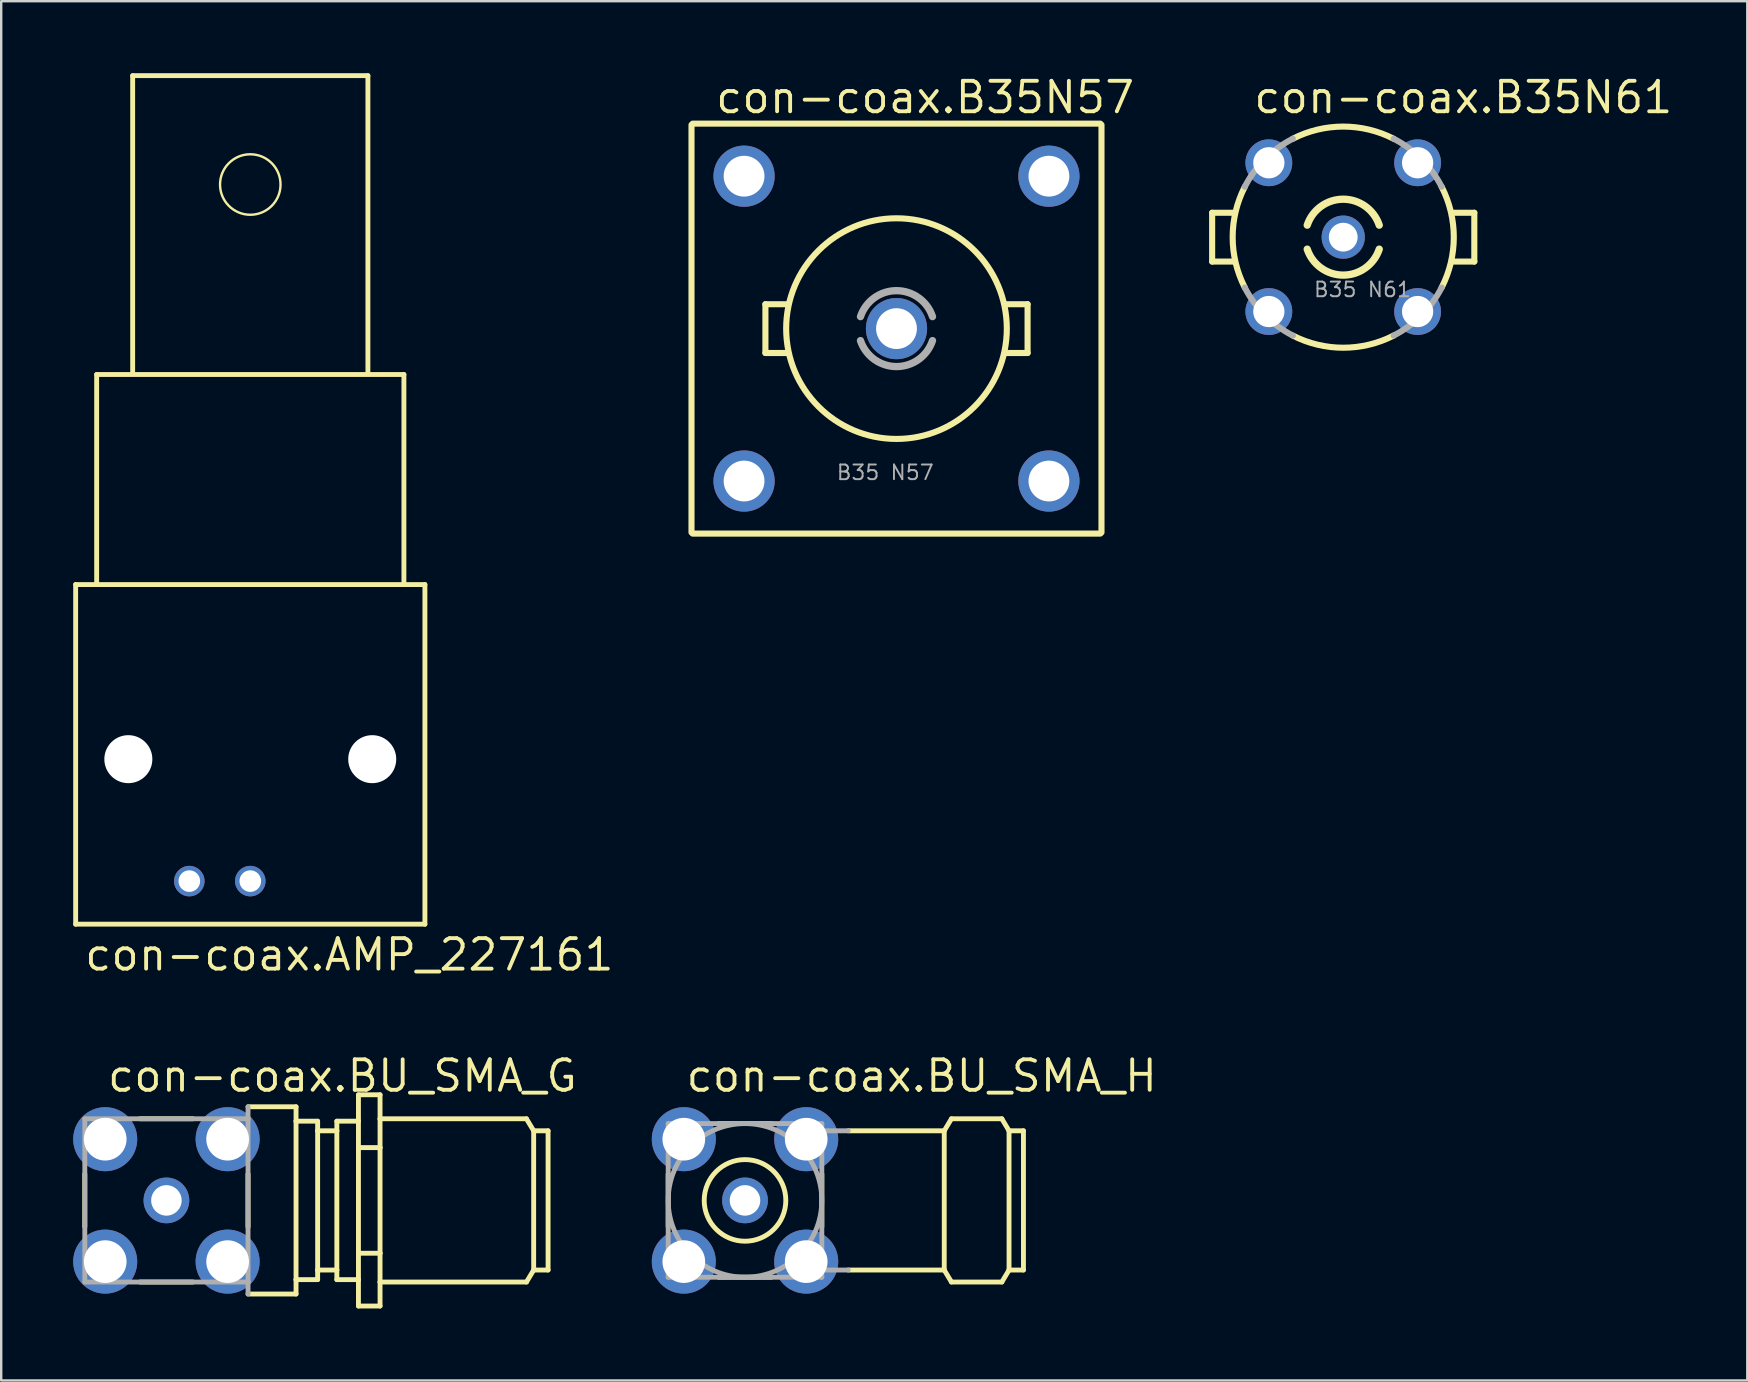
<source format=kicad_pcb>
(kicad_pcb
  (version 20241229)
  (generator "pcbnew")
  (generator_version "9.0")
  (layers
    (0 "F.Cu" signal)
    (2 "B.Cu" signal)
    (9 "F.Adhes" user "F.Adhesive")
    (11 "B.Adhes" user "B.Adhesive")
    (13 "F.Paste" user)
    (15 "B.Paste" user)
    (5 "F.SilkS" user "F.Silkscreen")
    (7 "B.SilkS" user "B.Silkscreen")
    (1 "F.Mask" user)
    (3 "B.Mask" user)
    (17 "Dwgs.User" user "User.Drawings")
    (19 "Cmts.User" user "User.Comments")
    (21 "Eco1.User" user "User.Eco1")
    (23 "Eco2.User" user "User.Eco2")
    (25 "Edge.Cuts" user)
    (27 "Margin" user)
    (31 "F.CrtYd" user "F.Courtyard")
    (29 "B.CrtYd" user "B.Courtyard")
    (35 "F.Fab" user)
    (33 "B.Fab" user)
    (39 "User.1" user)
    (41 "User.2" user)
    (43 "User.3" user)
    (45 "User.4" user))
  (footprint "con-coax.BU_SMA_G"
    (layer "F.Cu")
    (at 3.883 46.959)
    (property "Reference" "con-coax.BU_SMA_G" (at -2.54 -4.445 0) (layer "F.SilkS") (effects (font (size 1.27 1.27) (thickness 0.16)) (justify left bottom)))
    (attr through_hole)
    (fp_line (start -3.4 1.1) (end -3.4 -1.1) (stroke (width 0.203) (type default)) (layer "F.SilkS"))
    (fp_line (start -1.1 -3.4) (end 1.1 -3.4) (stroke (width 0.203) (type default)) (layer "F.SilkS"))
    (fp_line (start 1.1 3.4) (end -1.1 3.4) (stroke (width 0.203) (type default)) (layer "F.SilkS"))
    (fp_line (start 3.4 -3.9) (end 5.4 -3.9) (stroke (width 0.203) (type default)) (layer "F.SilkS"))
    (fp_line (start 3.4 -1.1) (end 3.4 1.1) (stroke (width 0.203) (type default)) (layer "F.SilkS"))
    (fp_line (start 3.4 3.9) (end 5.4 3.9) (stroke (width 0.203) (type default)) (layer "F.SilkS"))
    (fp_line (start 5.4 -3.3) (end 5.4 -3.9) (stroke (width 0.203) (type default)) (layer "F.SilkS"))
    (fp_line (start 5.4 -3.3) (end 6.3 -3.3) (stroke (width 0.203) (type default)) (layer "F.SilkS"))
    (fp_line (start 5.4 3.3) (end 5.4 -3.3) (stroke (width 0.203) (type default)) (layer "F.SilkS"))
    (fp_line (start 5.4 3.3) (end 6.3 3.3) (stroke (width 0.203) (type default)) (layer "F.SilkS"))
    (fp_line (start 5.4 3.9) (end 5.4 3.3) (stroke (width 0.203) (type default)) (layer "F.SilkS"))
    (fp_line (start 6.3 -3.3) (end 6.3 -2.9) (stroke (width 0.203) (type default)) (layer "F.SilkS"))
    (fp_line (start 6.3 -2.9) (end 6.3 2.9) (stroke (width 0.203) (type default)) (layer "F.SilkS"))
    (fp_line (start 6.3 -2.9) (end 7.1 -2.9) (stroke (width 0.203) (type default)) (layer "F.SilkS"))
    (fp_line (start 6.3 2.9) (end 7.1 2.9) (stroke (width 0.203) (type default)) (layer "F.SilkS"))
    (fp_line (start 6.3 3.3) (end 6.3 2.9) (stroke (width 0.203) (type default)) (layer "F.SilkS"))
    (fp_line (start 7.1 -3.3) (end 8 -3.3) (stroke (width 0.203) (type default)) (layer "F.SilkS"))
    (fp_line (start 7.1 -2.9) (end 7.1 -3.3) (stroke (width 0.203) (type default)) (layer "F.SilkS"))
    (fp_line (start 7.1 -2.9) (end 7.1 2.9) (stroke (width 0.203) (type default)) (layer "F.SilkS"))
    (fp_line (start 7.1 2.9) (end 7.1 3.3) (stroke (width 0.203) (type default)) (layer "F.SilkS"))
    (fp_line (start 7.1 3.3) (end 8 3.3) (stroke (width 0.203) (type default)) (layer "F.SilkS"))
    (fp_line (start 8 -4.4) (end 8.9 -4.4) (stroke (width 0.203) (type default)) (layer "F.SilkS"))
    (fp_line (start 8 -3.3) (end 8 -4.4) (stroke (width 0.203) (type default)) (layer "F.SilkS"))
    (fp_line (start 8 -2.2) (end 8 -3.3) (stroke (width 0.203) (type default)) (layer "F.SilkS"))
    (fp_line (start 8 -2.2) (end 8.9 -2.2) (stroke (width 0.203) (type default)) (layer "F.SilkS"))
    (fp_line (start 8 2.2) (end 8 -2.2) (stroke (width 0.203) (type default)) (layer "F.SilkS"))
    (fp_line (start 8 2.2) (end 8 3.3) (stroke (width 0.203) (type default)) (layer "F.SilkS"))
    (fp_line (start 8 2.2) (end 8.9 2.2) (stroke (width 0.203) (type default)) (layer "F.SilkS"))
    (fp_line (start 8 3.3) (end 8 4.4) (stroke (width 0.203) (type default)) (layer "F.SilkS"))
    (fp_line (start 8.9 -3.4) (end 8.9 -4.4) (stroke (width 0.203) (type default)) (layer "F.SilkS"))
    (fp_line (start 8.9 -3.4) (end 15 -3.4) (stroke (width 0.203) (type default)) (layer "F.SilkS"))
    (fp_line (start 8.9 -2.2) (end 8.9 -3.4) (stroke (width 0.203) (type default)) (layer "F.SilkS"))
    (fp_line (start 8.9 -2.2) (end 8.9 2.2) (stroke (width 0.203) (type default)) (layer "F.SilkS"))
    (fp_line (start 8.9 3.4) (end 8.9 2.2) (stroke (width 0.203) (type default)) (layer "F.SilkS"))
    (fp_line (start 8.9 3.4) (end 15 3.4) (stroke (width 0.203) (type default)) (layer "F.SilkS"))
    (fp_line (start 8.9 4.4) (end 8 4.4) (stroke (width 0.203) (type default)) (layer "F.SilkS"))
    (fp_line (start 8.9 4.4) (end 8.9 3.4) (stroke (width 0.203) (type default)) (layer "F.SilkS"))
    (fp_line (start 15 -3.4) (end 15.3 -2.9) (stroke (width 0.203) (type default)) (layer "F.SilkS"))
    (fp_line (start 15 3.4) (end 15.3 2.9) (stroke (width 0.203) (type default)) (layer "F.SilkS"))
    (fp_line (start 15.3 -2.9) (end 15.9 -2.9) (stroke (width 0.203) (type default)) (layer "F.SilkS"))
    (fp_line (start 15.3 2.9) (end 15.3 -2.9) (stroke (width 0.203) (type default)) (layer "F.SilkS"))
    (fp_line (start 15.3 2.9) (end 15.9 2.9) (stroke (width 0.203) (type default)) (layer "F.SilkS"))
    (fp_line (start 15.9 2.9) (end 15.9 -2.9) (stroke (width 0.203) (type default)) (layer "F.SilkS"))
    (fp_line (start -3.4 -3.4) (end 3.4 -3.4) (stroke (width 0.203) (type default)) (layer "F.Fab"))
    (fp_line (start -3.4 3.4) (end -3.4 -3.4) (stroke (width 0.203) (type default)) (layer "F.Fab"))
    (fp_line (start 3.4 -3.9) (end 3.4 -3.4) (stroke (width 0.203) (type default)) (layer "F.Fab"))
    (fp_line (start 3.4 -3.4) (end 3.4 3.4) (stroke (width 0.203) (type default)) (layer "F.Fab"))
    (fp_line (start 3.4 3.4) (end -3.4 3.4) (stroke (width 0.203) (type default)) (layer "F.Fab"))
    (fp_line (start 3.4 3.4) (end 3.4 3.9) (stroke (width 0.203) (type default)) (layer "F.Fab"))
    (pad "1" thru_hole circle (at 0 0) (size 1.905 1.905) (drill 1.27) (layers "*.Cu" "*.Mask"))
    (pad "2" thru_hole circle (at -2.55 -2.55) (size 2.667 2.667) (drill 1.778) (layers "*.Cu" "*.Mask"))
    (pad "3" thru_hole circle (at 2.55 -2.55) (size 2.667 2.667) (drill 1.778) (layers "*.Cu" "*.Mask"))
    (pad "4" thru_hole circle (at 2.55 2.55) (size 2.667 2.667) (drill 1.778) (layers "*.Cu" "*.Mask"))
    (pad "5" thru_hole circle (at -2.55 2.55) (size 2.667 2.667) (drill 1.778) (layers "*.Cu" "*.Mask")))
  (footprint "con-coax.B35N57"
    (layer "F.Cu")
    (at 34.298 10.64)
    (property "Reference" "con-coax.B35N57" (at -7.62 -8.89 0) (layer "F.SilkS") (effects (font (size 1.27 1.27) (thickness 0.16)) (justify left bottom)))
    (attr through_hole)
    (fp_line (start -8.54 -8.49) (end -8.54 8.49) (stroke (width 0.254) (type default)) (layer "F.SilkS"))
    (fp_line (start -8.49 8.54) (end 8.49 8.54) (stroke (width 0.254) (type default)) (layer "F.SilkS"))
    (fp_line (start -5.461 -1.016) (end -5.461 1.016) (stroke (width 0.254) (type default)) (layer "F.SilkS"))
    (fp_line (start -5.461 1.016) (end -4.572 1.016) (stroke (width 0.254) (type default)) (layer "F.SilkS"))
    (fp_line (start -4.572 -1.016) (end -5.461 -1.016) (stroke (width 0.254) (type default)) (layer "F.SilkS"))
    (fp_line (start 4.572 1.016) (end 5.461 1.016) (stroke (width 0.254) (type default)) (layer "F.SilkS"))
    (fp_line (start 5.461 -1.016) (end 4.572 -1.016) (stroke (width 0.254) (type default)) (layer "F.SilkS"))
    (fp_line (start 5.461 1.016) (end 5.461 -1.016) (stroke (width 0.254) (type default)) (layer "F.SilkS"))
    (fp_line (start 8.49 -8.54) (end -8.49 -8.54) (stroke (width 0.254) (type default)) (layer "F.SilkS"))
    (fp_line (start 8.54 8.49) (end 8.54 -8.49) (stroke (width 0.254) (type default)) (layer "F.SilkS"))
    (fp_circle (center 0 0) (end 4.596 0) (stroke (width 0.254) (type default)) (fill no) (layer "F.SilkS"))
    (fp_arc (start -1.5 -0.5) (mid 0 -1.581139) (end 1.5 -0.5) (stroke (width 0.3048) (type default)) (layer "F.Fab"))
    (fp_arc (start 1.5 0.5) (mid 0 1.581139) (end -1.5 0.5) (stroke (width 0.3048) (type default)) (layer "F.Fab"))
    (fp_text user "B35 N57" (at -2.54 6.35 0) (layer "F.Fab") (effects (font (size 0.61 0.61) (thickness 0.08)) (justify left bottom)))
    (pad "1" thru_hole circle (at 0 0) (size 2.55 2.55) (drill 1.7) (layers "*.Cu" "*.Mask"))
    (pad "2" thru_hole circle (at 6.35 -6.35) (size 2.55 2.55) (drill 1.7) (layers "*.Cu" "*.Mask"))
    (pad "3" thru_hole circle (at -6.35 -6.35) (size 2.55 2.55) (drill 1.7) (layers "*.Cu" "*.Mask"))
    (pad "4" thru_hole circle (at -6.35 6.35) (size 2.55 2.55) (drill 1.7) (layers "*.Cu" "*.Mask"))
    (pad "5" thru_hole circle (at 6.35 6.35) (size 2.55 2.55) (drill 1.7) (layers "*.Cu" "*.Mask")))
  (footprint "con-coax.B35N61"
    (layer "F.Cu")
    (at 52.909 6.83)
    (property "Reference" "con-coax.B35N61" (at -3.81 -5.08 0) (layer "F.SilkS") (effects (font (size 1.27 1.27) (thickness 0.16)) (justify left bottom)))
    (attr through_hole)
    (fp_line (start -5.461 -1.016) (end -5.461 1.016) (stroke (width 0.254) (type default)) (layer "F.SilkS"))
    (fp_line (start -5.461 1.016) (end -4.572 1.016) (stroke (width 0.254) (type default)) (layer "F.SilkS"))
    (fp_line (start -4.572 -1.016) (end -5.461 -1.016) (stroke (width 0.254) (type default)) (layer "F.SilkS"))
    (fp_line (start 4.572 1.016) (end 5.461 1.016) (stroke (width 0.254) (type default)) (layer "F.SilkS"))
    (fp_line (start 5.461 -1.016) (end 4.572 -1.016) (stroke (width 0.254) (type default)) (layer "F.SilkS"))
    (fp_line (start 5.461 1.016) (end 5.461 -1.016) (stroke (width 0.254) (type default)) (layer "F.SilkS"))
    (fp_arc (start -4.1 2.1) (mid -4.606517 0) (end -4.1 -2.1) (stroke (width 0.254) (type default)) (layer "F.SilkS"))
    (fp_arc (start -2.1 -4.1) (mid 0 -4.606517) (end 2.1 -4.1) (stroke (width 0.254) (type default)) (layer "F.SilkS"))
    (fp_arc (start -1.5 -0.5) (mid 0 -1.581139) (end 1.5 -0.5) (stroke (width 0.3048) (type default)) (layer "F.SilkS"))
    (fp_arc (start 1.5 0.5) (mid 0 1.581139) (end -1.5 0.5) (stroke (width 0.3048) (type default)) (layer "F.SilkS"))
    (fp_arc (start 2.1 4.1) (mid 0 4.606517) (end -2.1 4.1) (stroke (width 0.254) (type default)) (layer "F.SilkS"))
    (fp_arc (start 4.1 -2.1) (mid 4.606517 0) (end 4.1 2.1) (stroke (width 0.254) (type default)) (layer "F.SilkS"))
    (fp_arc (start -4.1 -2.1) (mid -3.257299 -3.257299) (end -2.1 -4.1) (stroke (width 0.254) (type default)) (layer "F.Fab"))
    (fp_arc (start -2.1 4.1) (mid -3.257299 3.257299) (end -4.1 2.1) (stroke (width 0.254) (type default)) (layer "F.Fab"))
    (fp_arc (start 2.1 -4.1) (mid 3.257299 -3.257299) (end 4.1 -2.1) (stroke (width 0.254) (type default)) (layer "F.Fab"))
    (fp_arc (start 4.1 2.1) (mid 3.257299 3.257299) (end 2.1 4.1) (stroke (width 0.254) (type default)) (layer "F.Fab"))
    (fp_text user "B35 N61" (at -1.27 2.54 0) (layer "F.Fab") (effects (font (size 0.61 0.61) (thickness 0.08)) (justify left bottom)))
    (pad "1" thru_hole circle (at 0 0) (size 1.8 1.8) (drill 1.2) (layers "*.Cu" "*.Mask"))
    (pad "2" thru_hole circle (at 3.099 -3.099) (size 1.95 1.95) (drill 1.3) (layers "*.Cu" "*.Mask"))
    (pad "3" thru_hole circle (at -3.099 -3.099) (size 1.95 1.95) (drill 1.3) (layers "*.Cu" "*.Mask"))
    (pad "4" thru_hole circle (at -3.099 3.099) (size 1.95 1.95) (drill 1.3) (layers "*.Cu" "*.Mask"))
    (pad "5" thru_hole circle (at 3.099 3.099) (size 1.95 1.95) (drill 1.3) (layers "*.Cu" "*.Mask")))
  (footprint "con-coax.AMP_227161"
    (layer "F.Cu")
    (at 7.377 28.577)
    (property "Reference" "con-coax.AMP_227161" (at -6.985 8.89 0) (layer "F.SilkS") (effects (font (size 1.27 1.27) (thickness 0.16)) (justify left bottom)))
    (attr through_hole)
    (fp_line (start -7.275 -7.275) (end -7.275 6.875) (stroke (width 0.203) (type default)) (layer "F.SilkS"))
    (fp_line (start -7.275 6.875) (end 7.275 6.875) (stroke (width 0.203) (type default)) (layer "F.SilkS"))
    (fp_line (start -6.4 -16.025) (end 6.4 -16.025) (stroke (width 0.203) (type default)) (layer "F.SilkS"))
    (fp_line (start -6.4 -7.375) (end -6.4 -16.025) (stroke (width 0.203) (type default)) (layer "F.SilkS"))
    (fp_line (start -4.9 -28.475) (end 4.9 -28.475) (stroke (width 0.203) (type default)) (layer "F.SilkS"))
    (fp_line (start -4.9 -16.15) (end -4.9 -28.475) (stroke (width 0.203) (type default)) (layer "F.SilkS"))
    (fp_line (start 4.9 -28.475) (end 4.9 -16.125) (stroke (width 0.203) (type default)) (layer "F.SilkS"))
    (fp_line (start 6.4 -16.025) (end 6.4 -7.35) (stroke (width 0.203) (type default)) (layer "F.SilkS"))
    (fp_line (start 7.275 -7.275) (end -7.275 -7.275) (stroke (width 0.203) (type default)) (layer "F.SilkS"))
    (fp_line (start 7.275 6.875) (end 7.275 -7.275) (stroke (width 0.203) (type default)) (layer "F.SilkS"))
    (fp_circle (center 0 -23.94) (end 1.26 -23.94) (stroke (width 0.1) (type default)) (fill no) (layer "F.SilkS"))
    (pad "" np_thru_hole circle (at -5.08 0) (size 2 2) (drill 2) (layers "*.Cu" "*.Mask"))
    (pad "" np_thru_hole circle (at 5.08 0) (size 2 2) (drill 2) (layers "*.Cu" "*.Mask"))
    (pad "1" thru_hole circle (at 0 5.08) (size 1.27 1.27) (drill 0.9) (layers "*.Cu" "*.Mask"))
    (pad "2" thru_hole circle (at -2.54 5.08) (size 1.27 1.27) (drill 0.9) (layers "*.Cu" "*.Mask")))
  (footprint "con-coax.BU_SMA_H"
    (layer "F.Cu")
    (at 27.987 46.959)
    (property "Reference" "con-coax.BU_SMA_H" (at -2.54 -4.445 0) (layer "F.SilkS") (effects (font (size 1.27 1.27) (thickness 0.16)) (justify left bottom)))
    (attr through_hole)
    (fp_line (start -3.2 1.1) (end -3.2 -1.1) (stroke (width 0.203) (type default)) (layer "F.SilkS"))
    (fp_line (start -1.1 -3.2) (end 1.1 -3.2) (stroke (width 0.203) (type default)) (layer "F.SilkS"))
    (fp_line (start 1.1 3.2) (end -1.1 3.2) (stroke (width 0.203) (type default)) (layer "F.SilkS"))
    (fp_line (start 3.2 -1.1) (end 3.2 1.1) (stroke (width 0.203) (type default)) (layer "F.SilkS"))
    (fp_line (start 4.3 -2.9) (end 8.3 -2.9) (stroke (width 0.203) (type default)) (layer "F.SilkS"))
    (fp_line (start 4.3 2.9) (end 8.3 2.9) (stroke (width 0.203) (type default)) (layer "F.SilkS"))
    (fp_line (start 8.3 -2.9) (end 8.6 -3.4) (stroke (width 0.203) (type default)) (layer "F.SilkS"))
    (fp_line (start 8.3 2.9) (end 8.3 -2.9) (stroke (width 0.203) (type default)) (layer "F.SilkS"))
    (fp_line (start 8.3 2.9) (end 8.6 3.4) (stroke (width 0.203) (type default)) (layer "F.SilkS"))
    (fp_line (start 8.6 -3.4) (end 10.7 -3.4) (stroke (width 0.203) (type default)) (layer "F.SilkS"))
    (fp_line (start 8.6 3.4) (end 10.7 3.4) (stroke (width 0.203) (type default)) (layer "F.SilkS"))
    (fp_line (start 10.7 -3.4) (end 11 -2.9) (stroke (width 0.203) (type default)) (layer "F.SilkS"))
    (fp_line (start 10.7 3.4) (end 11 2.9) (stroke (width 0.203) (type default)) (layer "F.SilkS"))
    (fp_line (start 11 -2.9) (end 11.6 -2.9) (stroke (width 0.203) (type default)) (layer "F.SilkS"))
    (fp_line (start 11 2.9) (end 11 -2.9) (stroke (width 0.203) (type default)) (layer "F.SilkS"))
    (fp_line (start 11 2.9) (end 11.6 2.9) (stroke (width 0.203) (type default)) (layer "F.SilkS"))
    (fp_line (start 11.6 2.9) (end 11.6 -2.9) (stroke (width 0.203) (type default)) (layer "F.SilkS"))
    (fp_circle (center 0 0) (end 1.7 0) (stroke (width 0.203) (type default)) (fill no) (layer "F.SilkS"))
    (fp_line (start -3.2 3.2) (end -3.2 -3.2) (stroke (width 0.203) (type default)) (layer "F.Fab"))
    (fp_line (start -3.2 -3.2) (end 3.2 -3.2) (stroke (width 0.203) (type default)) (layer "F.Fab"))
    (fp_line (start 3.2 3.2) (end -3.2 3.2) (stroke (width 0.203) (type default)) (layer "F.Fab"))
    (fp_line (start 3.2 -3.2) (end 3.2 -2.9) (stroke (width 0.203) (type default)) (layer "F.Fab"))
    (fp_line (start 3.2 -2.9) (end 3.2 2.9) (stroke (width 0.203) (type default)) (layer "F.Fab"))
    (fp_line (start 3.2 -2.9) (end 4.3 -2.9) (stroke (width 0.203) (type default)) (layer "F.Fab"))
    (fp_line (start 3.2 2.9) (end 3.2 3.2) (stroke (width 0.203) (type default)) (layer "F.Fab"))
    (fp_line (start 3.2 2.9) (end 4.3 2.9) (stroke (width 0.203) (type default)) (layer "F.Fab"))
    (fp_circle (center 0 0) (end 3.2 0) (stroke (width 0.203) (type default)) (fill no) (layer "F.Fab"))
    (pad "1" thru_hole circle (at 0 0) (size 1.905 1.905) (drill 1.27) (layers "*.Cu" "*.Mask"))
    (pad "2" thru_hole circle (at -2.55 -2.55) (size 2.667 2.667) (drill 1.778) (layers "*.Cu" "*.Mask"))
    (pad "3" thru_hole circle (at 2.55 -2.55) (size 2.667 2.667) (drill 1.778) (layers "*.Cu" "*.Mask"))
    (pad "4" thru_hole circle (at 2.55 2.55) (size 2.667 2.667) (drill 1.778) (layers "*.Cu" "*.Mask"))
    (pad "5" thru_hole circle (at -2.55 2.55) (size 2.667 2.667) (drill 1.778) (layers "*.Cu" "*.Mask")))
  (gr_rect
    (start -3 -3)
    (end 69.742 54.461)
    (stroke (width 0.1) (type default))
    (fill no)
    (layer "Edge.Cuts")))
</source>
